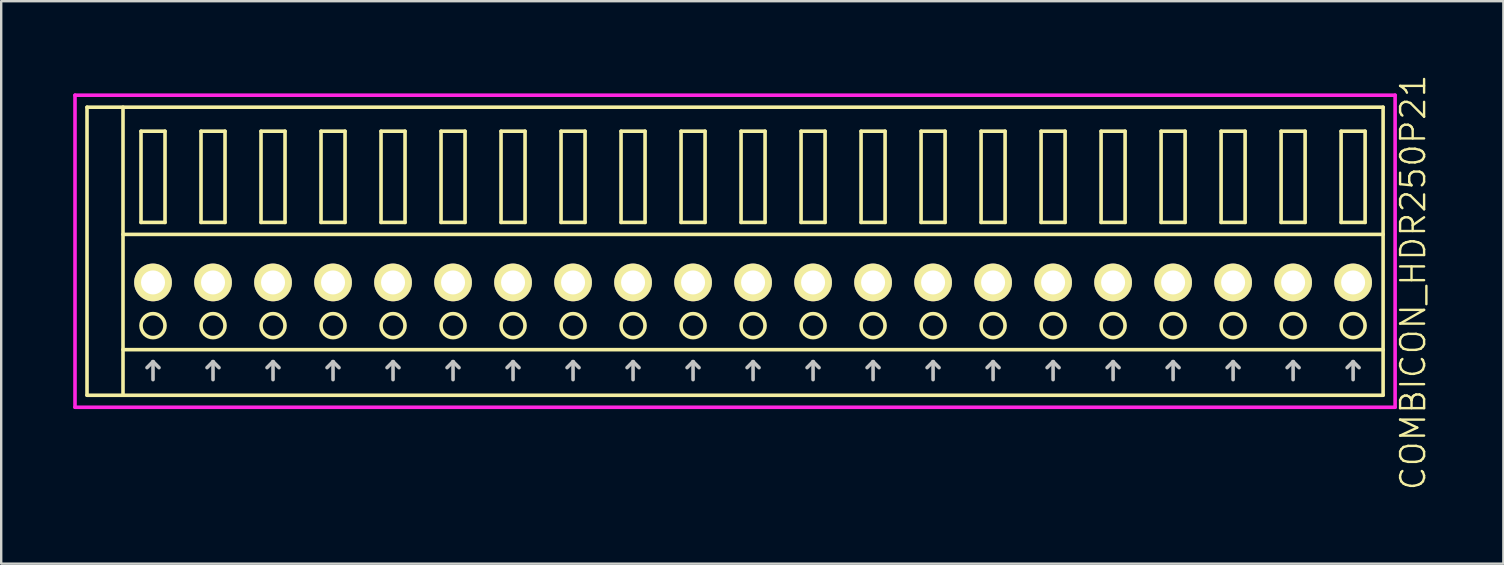
<source format=kicad_pcb>
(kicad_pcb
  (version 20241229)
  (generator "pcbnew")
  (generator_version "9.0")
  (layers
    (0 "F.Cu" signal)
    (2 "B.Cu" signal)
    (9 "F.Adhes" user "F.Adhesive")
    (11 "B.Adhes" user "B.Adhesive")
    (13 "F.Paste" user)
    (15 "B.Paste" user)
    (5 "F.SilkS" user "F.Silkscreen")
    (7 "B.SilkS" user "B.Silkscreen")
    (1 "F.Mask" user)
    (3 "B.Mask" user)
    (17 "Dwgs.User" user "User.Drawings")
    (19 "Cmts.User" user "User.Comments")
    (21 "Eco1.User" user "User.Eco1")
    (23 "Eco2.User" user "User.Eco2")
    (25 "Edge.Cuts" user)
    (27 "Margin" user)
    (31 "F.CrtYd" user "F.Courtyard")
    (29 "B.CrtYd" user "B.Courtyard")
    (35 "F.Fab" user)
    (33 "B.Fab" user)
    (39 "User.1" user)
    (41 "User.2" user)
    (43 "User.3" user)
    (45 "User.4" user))
  (footprint "COMBICON_HDR250P21"
    (layer "F.Cu")
    (at 28.325 8.717)
    (property "Reference" "COMBICON_HDR250P21" (at 27.5 0 90) (layer "F.SilkS") (effects (font (size 1 1) (thickness 0.1))))
    (attr through_hole)
    (fp_line (start -27.75 -7.3) (end -27.75 4.7) (stroke (width 0.15) (type solid)) (layer "F.SilkS"))
    (fp_line (start -27.75 4.7) (end 26.25 4.7) (stroke (width 0.15) (type solid)) (layer "F.SilkS"))
    (fp_line (start -26.25 -2) (end 26.25 -2) (stroke (width 0.15) (type solid)) (layer "F.SilkS"))
    (fp_line (start -26.25 2.8) (end 26.25 2.8) (stroke (width 0.15) (type solid)) (layer "F.SilkS"))
    (fp_line (start -26.25 4.7) (end -26.25 -7.3) (stroke (width 0.15) (type solid)) (layer "F.SilkS"))
    (fp_line (start -25.5 -6.3) (end -25.5 -2.5) (stroke (width 0.15) (type solid)) (layer "F.SilkS"))
    (fp_line (start -25.5 -2.5) (end -24.5 -2.5) (stroke (width 0.15) (type solid)) (layer "F.SilkS"))
    (fp_line (start -24.5 -6.3) (end -25.5 -6.3) (stroke (width 0.15) (type solid)) (layer "F.SilkS"))
    (fp_line (start -24.5 -2.5) (end -24.5 -6.3) (stroke (width 0.15) (type solid)) (layer "F.SilkS"))
    (fp_line (start -23 -6.3) (end -23 -2.5) (stroke (width 0.15) (type solid)) (layer "F.SilkS"))
    (fp_line (start -23 -2.5) (end -22 -2.5) (stroke (width 0.15) (type solid)) (layer "F.SilkS"))
    (fp_line (start -22 -6.3) (end -23 -6.3) (stroke (width 0.15) (type solid)) (layer "F.SilkS"))
    (fp_line (start -22 -2.5) (end -22 -6.3) (stroke (width 0.15) (type solid)) (layer "F.SilkS"))
    (fp_line (start -20.5 -6.3) (end -20.5 -2.5) (stroke (width 0.15) (type solid)) (layer "F.SilkS"))
    (fp_line (start -20.5 -2.5) (end -19.5 -2.5) (stroke (width 0.15) (type solid)) (layer "F.SilkS"))
    (fp_line (start -19.5 -6.3) (end -20.5 -6.3) (stroke (width 0.15) (type solid)) (layer "F.SilkS"))
    (fp_line (start -19.5 -2.5) (end -19.5 -6.3) (stroke (width 0.15) (type solid)) (layer "F.SilkS"))
    (fp_line (start -18 -6.3) (end -18 -2.5) (stroke (width 0.15) (type solid)) (layer "F.SilkS"))
    (fp_line (start -18 -2.5) (end -17 -2.5) (stroke (width 0.15) (type solid)) (layer "F.SilkS"))
    (fp_line (start -17 -6.3) (end -18 -6.3) (stroke (width 0.15) (type solid)) (layer "F.SilkS"))
    (fp_line (start -17 -2.5) (end -17 -6.3) (stroke (width 0.15) (type solid)) (layer "F.SilkS"))
    (fp_line (start -15.5 -6.3) (end -15.5 -2.5) (stroke (width 0.15) (type solid)) (layer "F.SilkS"))
    (fp_line (start -15.5 -2.5) (end -14.5 -2.5) (stroke (width 0.15) (type solid)) (layer "F.SilkS"))
    (fp_line (start -14.5 -6.3) (end -15.5 -6.3) (stroke (width 0.15) (type solid)) (layer "F.SilkS"))
    (fp_line (start -14.5 -2.5) (end -14.5 -6.3) (stroke (width 0.15) (type solid)) (layer "F.SilkS"))
    (fp_line (start -13 -6.3) (end -13 -2.5) (stroke (width 0.15) (type solid)) (layer "F.SilkS"))
    (fp_line (start -13 -2.5) (end -12 -2.5) (stroke (width 0.15) (type solid)) (layer "F.SilkS"))
    (fp_line (start -12 -6.3) (end -13 -6.3) (stroke (width 0.15) (type solid)) (layer "F.SilkS"))
    (fp_line (start -12 -2.5) (end -12 -6.3) (stroke (width 0.15) (type solid)) (layer "F.SilkS"))
    (fp_line (start -10.5 -6.3) (end -10.5 -2.5) (stroke (width 0.15) (type solid)) (layer "F.SilkS"))
    (fp_line (start -10.5 -2.5) (end -9.5 -2.5) (stroke (width 0.15) (type solid)) (layer "F.SilkS"))
    (fp_line (start -9.5 -6.3) (end -10.5 -6.3) (stroke (width 0.15) (type solid)) (layer "F.SilkS"))
    (fp_line (start -9.5 -2.5) (end -9.5 -6.3) (stroke (width 0.15) (type solid)) (layer "F.SilkS"))
    (fp_line (start -8 -6.3) (end -8 -2.5) (stroke (width 0.15) (type solid)) (layer "F.SilkS"))
    (fp_line (start -8 -2.5) (end -7 -2.5) (stroke (width 0.15) (type solid)) (layer "F.SilkS"))
    (fp_line (start -7 -6.3) (end -8 -6.3) (stroke (width 0.15) (type solid)) (layer "F.SilkS"))
    (fp_line (start -7 -2.5) (end -7 -6.3) (stroke (width 0.15) (type solid)) (layer "F.SilkS"))
    (fp_line (start -5.5 -6.3) (end -5.5 -2.5) (stroke (width 0.15) (type solid)) (layer "F.SilkS"))
    (fp_line (start -5.5 -2.5) (end -4.5 -2.5) (stroke (width 0.15) (type solid)) (layer "F.SilkS"))
    (fp_line (start -4.5 -6.3) (end -5.5 -6.3) (stroke (width 0.15) (type solid)) (layer "F.SilkS"))
    (fp_line (start -4.5 -2.5) (end -4.5 -6.3) (stroke (width 0.15) (type solid)) (layer "F.SilkS"))
    (fp_line (start -3 -6.3) (end -3 -2.5) (stroke (width 0.15) (type solid)) (layer "F.SilkS"))
    (fp_line (start -3 -2.5) (end -2 -2.5) (stroke (width 0.15) (type solid)) (layer "F.SilkS"))
    (fp_line (start -2 -6.3) (end -3 -6.3) (stroke (width 0.15) (type solid)) (layer "F.SilkS"))
    (fp_line (start -2 -2.5) (end -2 -6.3) (stroke (width 0.15) (type solid)) (layer "F.SilkS"))
    (fp_line (start -0.5 -6.3) (end -0.5 -2.5) (stroke (width 0.15) (type solid)) (layer "F.SilkS"))
    (fp_line (start -0.5 -2.5) (end 0.5 -2.5) (stroke (width 0.15) (type solid)) (layer "F.SilkS"))
    (fp_line (start 0.5 -6.3) (end -0.5 -6.3) (stroke (width 0.15) (type solid)) (layer "F.SilkS"))
    (fp_line (start 0.5 -2.5) (end 0.5 -6.3) (stroke (width 0.15) (type solid)) (layer "F.SilkS"))
    (fp_line (start 2 -6.3) (end 2 -2.5) (stroke (width 0.15) (type solid)) (layer "F.SilkS"))
    (fp_line (start 2 -2.5) (end 3 -2.5) (stroke (width 0.15) (type solid)) (layer "F.SilkS"))
    (fp_line (start 3 -6.3) (end 2 -6.3) (stroke (width 0.15) (type solid)) (layer "F.SilkS"))
    (fp_line (start 3 -2.5) (end 3 -6.3) (stroke (width 0.15) (type solid)) (layer "F.SilkS"))
    (fp_line (start 4.5 -6.3) (end 4.5 -2.5) (stroke (width 0.15) (type solid)) (layer "F.SilkS"))
    (fp_line (start 4.5 -2.5) (end 5.5 -2.5) (stroke (width 0.15) (type solid)) (layer "F.SilkS"))
    (fp_line (start 5.5 -6.3) (end 4.5 -6.3) (stroke (width 0.15) (type solid)) (layer "F.SilkS"))
    (fp_line (start 5.5 -2.5) (end 5.5 -6.3) (stroke (width 0.15) (type solid)) (layer "F.SilkS"))
    (fp_line (start 7 -6.3) (end 7 -2.5) (stroke (width 0.15) (type solid)) (layer "F.SilkS"))
    (fp_line (start 7 -2.5) (end 8 -2.5) (stroke (width 0.15) (type solid)) (layer "F.SilkS"))
    (fp_line (start 8 -6.3) (end 7 -6.3) (stroke (width 0.15) (type solid)) (layer "F.SilkS"))
    (fp_line (start 8 -2.5) (end 8 -6.3) (stroke (width 0.15) (type solid)) (layer "F.SilkS"))
    (fp_line (start 9.5 -6.3) (end 9.5 -2.5) (stroke (width 0.15) (type solid)) (layer "F.SilkS"))
    (fp_line (start 9.5 -2.5) (end 10.5 -2.5) (stroke (width 0.15) (type solid)) (layer "F.SilkS"))
    (fp_line (start 10.5 -6.3) (end 9.5 -6.3) (stroke (width 0.15) (type solid)) (layer "F.SilkS"))
    (fp_line (start 10.5 -2.5) (end 10.5 -6.3) (stroke (width 0.15) (type solid)) (layer "F.SilkS"))
    (fp_line (start 12 -6.3) (end 12 -2.5) (stroke (width 0.15) (type solid)) (layer "F.SilkS"))
    (fp_line (start 12 -2.5) (end 13 -2.5) (stroke (width 0.15) (type solid)) (layer "F.SilkS"))
    (fp_line (start 13 -6.3) (end 12 -6.3) (stroke (width 0.15) (type solid)) (layer "F.SilkS"))
    (fp_line (start 13 -2.5) (end 13 -6.3) (stroke (width 0.15) (type solid)) (layer "F.SilkS"))
    (fp_line (start 14.5 -6.3) (end 14.5 -2.5) (stroke (width 0.15) (type solid)) (layer "F.SilkS"))
    (fp_line (start 14.5 -2.5) (end 15.5 -2.5) (stroke (width 0.15) (type solid)) (layer "F.SilkS"))
    (fp_line (start 15.5 -6.3) (end 14.5 -6.3) (stroke (width 0.15) (type solid)) (layer "F.SilkS"))
    (fp_line (start 15.5 -2.5) (end 15.5 -6.3) (stroke (width 0.15) (type solid)) (layer "F.SilkS"))
    (fp_line (start 17 -6.3) (end 17 -2.5) (stroke (width 0.15) (type solid)) (layer "F.SilkS"))
    (fp_line (start 17 -2.5) (end 18 -2.5) (stroke (width 0.15) (type solid)) (layer "F.SilkS"))
    (fp_line (start 18 -6.3) (end 17 -6.3) (stroke (width 0.15) (type solid)) (layer "F.SilkS"))
    (fp_line (start 18 -2.5) (end 18 -6.3) (stroke (width 0.15) (type solid)) (layer "F.SilkS"))
    (fp_line (start 19.5 -6.3) (end 19.5 -2.5) (stroke (width 0.15) (type solid)) (layer "F.SilkS"))
    (fp_line (start 19.5 -2.5) (end 20.5 -2.5) (stroke (width 0.15) (type solid)) (layer "F.SilkS"))
    (fp_line (start 20.5 -6.3) (end 19.5 -6.3) (stroke (width 0.15) (type solid)) (layer "F.SilkS"))
    (fp_line (start 20.5 -2.5) (end 20.5 -6.3) (stroke (width 0.15) (type solid)) (layer "F.SilkS"))
    (fp_line (start 22 -6.3) (end 22 -2.5) (stroke (width 0.15) (type solid)) (layer "F.SilkS"))
    (fp_line (start 22 -2.5) (end 23 -2.5) (stroke (width 0.15) (type solid)) (layer "F.SilkS"))
    (fp_line (start 23 -6.3) (end 22 -6.3) (stroke (width 0.15) (type solid)) (layer "F.SilkS"))
    (fp_line (start 23 -2.5) (end 23 -6.3) (stroke (width 0.15) (type solid)) (layer "F.SilkS"))
    (fp_line (start 24.5 -6.3) (end 24.5 -2.5) (stroke (width 0.15) (type solid)) (layer "F.SilkS"))
    (fp_line (start 24.5 -2.5) (end 25.5 -2.5) (stroke (width 0.15) (type solid)) (layer "F.SilkS"))
    (fp_line (start 25.5 -6.3) (end 24.5 -6.3) (stroke (width 0.15) (type solid)) (layer "F.SilkS"))
    (fp_line (start 25.5 -2.5) (end 25.5 -6.3) (stroke (width 0.15) (type solid)) (layer "F.SilkS"))
    (fp_line (start 26.25 -7.3) (end -27.75 -7.3) (stroke (width 0.15) (type solid)) (layer "F.SilkS"))
    (fp_line (start 26.25 4.7) (end 26.25 -7.3) (stroke (width 0.15) (type solid)) (layer "F.SilkS"))
    (fp_circle (center -25 1.8) (end -24.5 1.8) (stroke (width 0.15) (type solid)) (fill no) (layer "F.SilkS"))
    (fp_circle (center -22.5 1.8) (end -22 1.8) (stroke (width 0.15) (type solid)) (fill no) (layer "F.SilkS"))
    (fp_circle (center -20 1.8) (end -19.5 1.8) (stroke (width 0.15) (type solid)) (fill no) (layer "F.SilkS"))
    (fp_circle (center -17.5 1.8) (end -17 1.8) (stroke (width 0.15) (type solid)) (fill no) (layer "F.SilkS"))
    (fp_circle (center -15 1.8) (end -14.5 1.8) (stroke (width 0.15) (type solid)) (fill no) (layer "F.SilkS"))
    (fp_circle (center -12.5 1.8) (end -12 1.8) (stroke (width 0.15) (type solid)) (fill no) (layer "F.SilkS"))
    (fp_circle (center -10 1.8) (end -9.5 1.8) (stroke (width 0.15) (type solid)) (fill no) (layer "F.SilkS"))
    (fp_circle (center -7.5 1.8) (end -7 1.8) (stroke (width 0.15) (type solid)) (fill no) (layer "F.SilkS"))
    (fp_circle (center -5 1.8) (end -4.5 1.8) (stroke (width 0.15) (type solid)) (fill no) (layer "F.SilkS"))
    (fp_circle (center -2.5 1.8) (end -2 1.8) (stroke (width 0.15) (type solid)) (fill no) (layer "F.SilkS"))
    (fp_circle (center 0 1.8) (end 0.5 1.8) (stroke (width 0.15) (type solid)) (fill no) (layer "F.SilkS"))
    (fp_circle (center 2.5 1.8) (end 3 1.8) (stroke (width 0.15) (type solid)) (fill no) (layer "F.SilkS"))
    (fp_circle (center 5 1.8) (end 5.5 1.8) (stroke (width 0.15) (type solid)) (fill no) (layer "F.SilkS"))
    (fp_circle (center 7.5 1.8) (end 8 1.8) (stroke (width 0.15) (type solid)) (fill no) (layer "F.SilkS"))
    (fp_circle (center 10 1.8) (end 10.5 1.8) (stroke (width 0.15) (type solid)) (fill no) (layer "F.SilkS"))
    (fp_circle (center 12.5 1.8) (end 13 1.8) (stroke (width 0.15) (type solid)) (fill no) (layer "F.SilkS"))
    (fp_circle (center 15 1.8) (end 15.5 1.8) (stroke (width 0.15) (type solid)) (fill no) (layer "F.SilkS"))
    (fp_circle (center 17.5 1.8) (end 18 1.8) (stroke (width 0.15) (type solid)) (fill no) (layer "F.SilkS"))
    (fp_circle (center 20 1.8) (end 20.5 1.8) (stroke (width 0.15) (type solid)) (fill no) (layer "F.SilkS"))
    (fp_circle (center 22.5 1.8) (end 23 1.8) (stroke (width 0.15) (type solid)) (fill no) (layer "F.SilkS"))
    (fp_circle (center 25 1.8) (end 25.5 1.8) (stroke (width 0.15) (type solid)) (fill no) (layer "F.SilkS"))
    (fp_line (start -25.25 3.55) (end -25 3.3) (stroke (width 0.15) (type solid)) (layer "Dwgs.User"))
    (fp_line (start -25 4.05) (end -25 3.3) (stroke (width 0.15) (type solid)) (layer "Dwgs.User"))
    (fp_line (start -24.75 3.55) (end -25 3.3) (stroke (width 0.15) (type solid)) (layer "Dwgs.User"))
    (fp_line (start -22.75 3.55) (end -22.5 3.3) (stroke (width 0.15) (type solid)) (layer "Dwgs.User"))
    (fp_line (start -22.5 4.05) (end -22.5 3.3) (stroke (width 0.15) (type solid)) (layer "Dwgs.User"))
    (fp_line (start -22.25 3.55) (end -22.5 3.3) (stroke (width 0.15) (type solid)) (layer "Dwgs.User"))
    (fp_line (start -20.25 3.55) (end -20 3.3) (stroke (width 0.15) (type solid)) (layer "Dwgs.User"))
    (fp_line (start -20 4.05) (end -20 3.3) (stroke (width 0.15) (type solid)) (layer "Dwgs.User"))
    (fp_line (start -19.75 3.55) (end -20 3.3) (stroke (width 0.15) (type solid)) (layer "Dwgs.User"))
    (fp_line (start -17.75 3.55) (end -17.5 3.3) (stroke (width 0.15) (type solid)) (layer "Dwgs.User"))
    (fp_line (start -17.5 4.05) (end -17.5 3.3) (stroke (width 0.15) (type solid)) (layer "Dwgs.User"))
    (fp_line (start -17.25 3.55) (end -17.5 3.3) (stroke (width 0.15) (type solid)) (layer "Dwgs.User"))
    (fp_line (start -15.25 3.55) (end -15 3.3) (stroke (width 0.15) (type solid)) (layer "Dwgs.User"))
    (fp_line (start -15 4.05) (end -15 3.3) (stroke (width 0.15) (type solid)) (layer "Dwgs.User"))
    (fp_line (start -14.75 3.55) (end -15 3.3) (stroke (width 0.15) (type solid)) (layer "Dwgs.User"))
    (fp_line (start -12.75 3.55) (end -12.5 3.3) (stroke (width 0.15) (type solid)) (layer "Dwgs.User"))
    (fp_line (start -12.5 4.05) (end -12.5 3.3) (stroke (width 0.15) (type solid)) (layer "Dwgs.User"))
    (fp_line (start -12.25 3.55) (end -12.5 3.3) (stroke (width 0.15) (type solid)) (layer "Dwgs.User"))
    (fp_line (start -10.25 3.55) (end -10 3.3) (stroke (width 0.15) (type solid)) (layer "Dwgs.User"))
    (fp_line (start -10 4.05) (end -10 3.3) (stroke (width 0.15) (type solid)) (layer "Dwgs.User"))
    (fp_line (start -9.75 3.55) (end -10 3.3) (stroke (width 0.15) (type solid)) (layer "Dwgs.User"))
    (fp_line (start -7.75 3.55) (end -7.5 3.3) (stroke (width 0.15) (type solid)) (layer "Dwgs.User"))
    (fp_line (start -7.5 4.05) (end -7.5 3.3) (stroke (width 0.15) (type solid)) (layer "Dwgs.User"))
    (fp_line (start -7.25 3.55) (end -7.5 3.3) (stroke (width 0.15) (type solid)) (layer "Dwgs.User"))
    (fp_line (start -5.25 3.55) (end -5 3.3) (stroke (width 0.15) (type solid)) (layer "Dwgs.User"))
    (fp_line (start -5 4.05) (end -5 3.3) (stroke (width 0.15) (type solid)) (layer "Dwgs.User"))
    (fp_line (start -4.75 3.55) (end -5 3.3) (stroke (width 0.15) (type solid)) (layer "Dwgs.User"))
    (fp_line (start -2.75 3.55) (end -2.5 3.3) (stroke (width 0.15) (type solid)) (layer "Dwgs.User"))
    (fp_line (start -2.5 4.05) (end -2.5 3.3) (stroke (width 0.15) (type solid)) (layer "Dwgs.User"))
    (fp_line (start -2.25 3.55) (end -2.5 3.3) (stroke (width 0.15) (type solid)) (layer "Dwgs.User"))
    (fp_line (start -0.25 3.55) (end 0 3.3) (stroke (width 0.15) (type solid)) (layer "Dwgs.User"))
    (fp_line (start 0 4.05) (end 0 3.3) (stroke (width 0.15) (type solid)) (layer "Dwgs.User"))
    (fp_line (start 0.25 3.55) (end 0 3.3) (stroke (width 0.15) (type solid)) (layer "Dwgs.User"))
    (fp_line (start 2.25 3.55) (end 2.5 3.3) (stroke (width 0.15) (type solid)) (layer "Dwgs.User"))
    (fp_line (start 2.5 4.05) (end 2.5 3.3) (stroke (width 0.15) (type solid)) (layer "Dwgs.User"))
    (fp_line (start 2.75 3.55) (end 2.5 3.3) (stroke (width 0.15) (type solid)) (layer "Dwgs.User"))
    (fp_line (start 4.75 3.55) (end 5 3.3) (stroke (width 0.15) (type solid)) (layer "Dwgs.User"))
    (fp_line (start 5 4.05) (end 5 3.3) (stroke (width 0.15) (type solid)) (layer "Dwgs.User"))
    (fp_line (start 5.25 3.55) (end 5 3.3) (stroke (width 0.15) (type solid)) (layer "Dwgs.User"))
    (fp_line (start 7.25 3.55) (end 7.5 3.3) (stroke (width 0.15) (type solid)) (layer "Dwgs.User"))
    (fp_line (start 7.5 4.05) (end 7.5 3.3) (stroke (width 0.15) (type solid)) (layer "Dwgs.User"))
    (fp_line (start 7.75 3.55) (end 7.5 3.3) (stroke (width 0.15) (type solid)) (layer "Dwgs.User"))
    (fp_line (start 9.75 3.55) (end 10 3.3) (stroke (width 0.15) (type solid)) (layer "Dwgs.User"))
    (fp_line (start 10 4.05) (end 10 3.3) (stroke (width 0.15) (type solid)) (layer "Dwgs.User"))
    (fp_line (start 10.25 3.55) (end 10 3.3) (stroke (width 0.15) (type solid)) (layer "Dwgs.User"))
    (fp_line (start 12.25 3.55) (end 12.5 3.3) (stroke (width 0.15) (type solid)) (layer "Dwgs.User"))
    (fp_line (start 12.5 4.05) (end 12.5 3.3) (stroke (width 0.15) (type solid)) (layer "Dwgs.User"))
    (fp_line (start 12.75 3.55) (end 12.5 3.3) (stroke (width 0.15) (type solid)) (layer "Dwgs.User"))
    (fp_line (start 14.75 3.55) (end 15 3.3) (stroke (width 0.15) (type solid)) (layer "Dwgs.User"))
    (fp_line (start 15 4.05) (end 15 3.3) (stroke (width 0.15) (type solid)) (layer "Dwgs.User"))
    (fp_line (start 15.25 3.55) (end 15 3.3) (stroke (width 0.15) (type solid)) (layer "Dwgs.User"))
    (fp_line (start 17.25 3.55) (end 17.5 3.3) (stroke (width 0.15) (type solid)) (layer "Dwgs.User"))
    (fp_line (start 17.5 4.05) (end 17.5 3.3) (stroke (width 0.15) (type solid)) (layer "Dwgs.User"))
    (fp_line (start 17.75 3.55) (end 17.5 3.3) (stroke (width 0.15) (type solid)) (layer "Dwgs.User"))
    (fp_line (start 19.75 3.55) (end 20 3.3) (stroke (width 0.15) (type solid)) (layer "Dwgs.User"))
    (fp_line (start 20 4.05) (end 20 3.3) (stroke (width 0.15) (type solid)) (layer "Dwgs.User"))
    (fp_line (start 20.25 3.55) (end 20 3.3) (stroke (width 0.15) (type solid)) (layer "Dwgs.User"))
    (fp_line (start 22.25 3.55) (end 22.5 3.3) (stroke (width 0.15) (type solid)) (layer "Dwgs.User"))
    (fp_line (start 22.5 4.05) (end 22.5 3.3) (stroke (width 0.15) (type solid)) (layer "Dwgs.User"))
    (fp_line (start 22.75 3.55) (end 22.5 3.3) (stroke (width 0.15) (type solid)) (layer "Dwgs.User"))
    (fp_line (start 24.75 3.55) (end 25 3.3) (stroke (width 0.15) (type solid)) (layer "Dwgs.User"))
    (fp_line (start 25 4.05) (end 25 3.3) (stroke (width 0.15) (type solid)) (layer "Dwgs.User"))
    (fp_line (start 25.25 3.55) (end 25 3.3) (stroke (width 0.15) (type solid)) (layer "Dwgs.User"))
    (fp_line (start -28.25 -7.8) (end -28.25 5.2) (stroke (width 0.15) (type solid)) (layer "F.CrtYd"))
    (fp_line (start -28.25 5.2) (end 26.75 5.2) (stroke (width 0.15) (type solid)) (layer "F.CrtYd"))
    (fp_line (start 26.75 -7.8) (end -28.25 -7.8) (stroke (width 0.15) (type solid)) (layer "F.CrtYd"))
    (fp_line (start 26.75 5.2) (end 26.75 -7.8) (stroke (width 0.15) (type solid)) (layer "F.CrtYd"))
    (pad "1" thru_hole oval (at -25 0) (size 1.57 1.57) (drill 1) (layers "*.Cu" "*.Mask" "F.SilkS"))
    (pad "2" thru_hole oval (at -22.5 0) (size 1.57 1.57) (drill 1) (layers "*.Cu" "*.Mask" "F.SilkS"))
    (pad "3" thru_hole oval (at -20 0) (size 1.57 1.57) (drill 1) (layers "*.Cu" "*.Mask" "F.SilkS"))
    (pad "4" thru_hole oval (at -17.5 0) (size 1.57 1.57) (drill 1) (layers "*.Cu" "*.Mask" "F.SilkS"))
    (pad "5" thru_hole oval (at -15 0) (size 1.57 1.57) (drill 1) (layers "*.Cu" "*.Mask" "F.SilkS"))
    (pad "6" thru_hole oval (at -12.5 0) (size 1.57 1.57) (drill 1) (layers "*.Cu" "*.Mask" "F.SilkS"))
    (pad "7" thru_hole oval (at -10 0) (size 1.57 1.57) (drill 1) (layers "*.Cu" "*.Mask" "F.SilkS"))
    (pad "8" thru_hole oval (at -7.5 0) (size 1.57 1.57) (drill 1) (layers "*.Cu" "*.Mask" "F.SilkS"))
    (pad "9" thru_hole oval (at -5 0) (size 1.57 1.57) (drill 1) (layers "*.Cu" "*.Mask" "F.SilkS"))
    (pad "10" thru_hole oval (at -2.5 0) (size 1.57 1.57) (drill 1) (layers "*.Cu" "*.Mask" "F.SilkS"))
    (pad "11" thru_hole oval (at 0 0) (size 1.57 1.57) (drill 1) (layers "*.Cu" "*.Mask" "F.SilkS"))
    (pad "12" thru_hole oval (at 2.5 0) (size 1.57 1.57) (drill 1) (layers "*.Cu" "*.Mask" "F.SilkS"))
    (pad "13" thru_hole oval (at 5 0) (size 1.57 1.57) (drill 1) (layers "*.Cu" "*.Mask" "F.SilkS"))
    (pad "14" thru_hole oval (at 7.5 0) (size 1.57 1.57) (drill 1) (layers "*.Cu" "*.Mask" "F.SilkS"))
    (pad "15" thru_hole oval (at 10 0) (size 1.57 1.57) (drill 1) (layers "*.Cu" "*.Mask" "F.SilkS"))
    (pad "16" thru_hole oval (at 12.5 0) (size 1.57 1.57) (drill 1) (layers "*.Cu" "*.Mask" "F.SilkS"))
    (pad "17" thru_hole oval (at 15 0) (size 1.57 1.57) (drill 1) (layers "*.Cu" "*.Mask" "F.SilkS"))
    (pad "18" thru_hole oval (at 17.5 0) (size 1.57 1.57) (drill 1) (layers "*.Cu" "*.Mask" "F.SilkS"))
    (pad "19" thru_hole oval (at 20 0) (size 1.57 1.57) (drill 1) (layers "*.Cu" "*.Mask" "F.SilkS"))
    (pad "20" thru_hole oval (at 22.5 0) (size 1.57 1.57) (drill 1) (layers "*.Cu" "*.Mask" "F.SilkS"))
    (pad "21" thru_hole oval (at 25 0) (size 1.57 1.57) (drill 1) (layers "*.Cu" "*.Mask" "F.SilkS")))
  (gr_rect
    (start -3 -3)
    (end 59.586 20.433)
    (stroke (width 0.1) (type default))
    (fill no)
    (layer "Edge.Cuts")))
</source>
